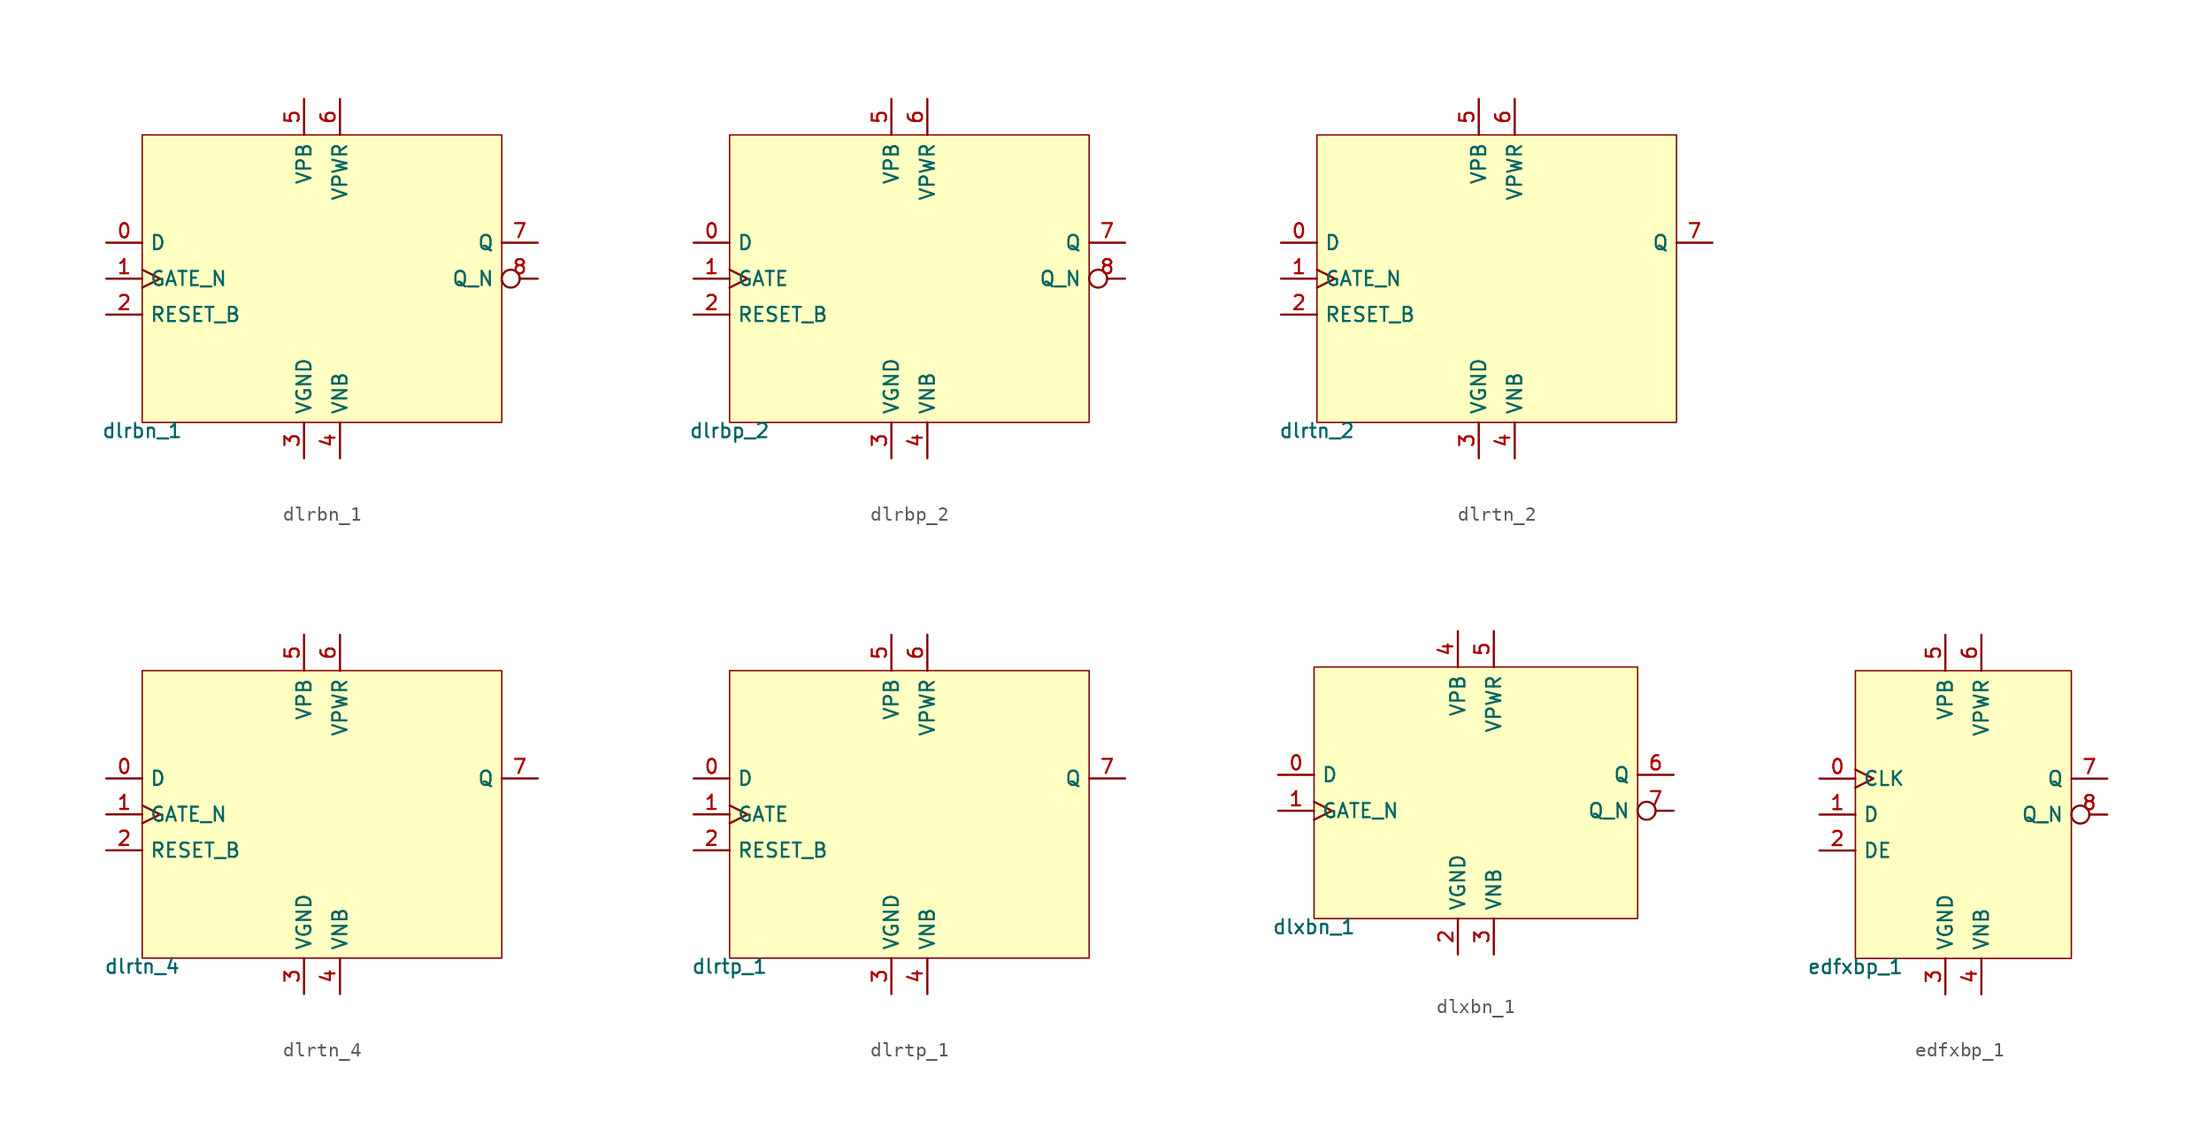
<source format=kicad_sym>
(kicad_symbol_lib
  (version 20211014)
  (generator pdk2kicad)
  (symbol "dlrbn_1"
    (property "Reference" "X"
      (at 0 0 0)
      (effects (font (size 1 1)) hide))
    (property "Value" "dlrbn_1"
      (at -12.7 -10.16 0)
      (effects (font (size 1 1)) (justify top)))
    (rectangle
      (start -12.7 -10.16)
      (end 12.7 10.16)
      (stroke (width 0.1) (type solid) (color 0 0 0 0))
      (fill (type background)))
    (pin input line
      (at -15.24 2.54 0)
      (length 2.54)
      (name "D" (effects (font (size 1 1)) hide))
      (number "0" (effects (font (size 1 1)) hide)))
    (pin input clock
      (at -15.24 0.0 0)
      (length 2.54)
      (name "GATE_N" (effects (font (size 1 1)) hide))
      (number "1" (effects (font (size 1 1)) hide)))
    (pin input line
      (at -15.24 -2.54 0)
      (length 2.54)
      (name "RESET_B" (effects (font (size 1 1)) hide))
      (number "2" (effects (font (size 1 1)) hide)))
    (pin power_in line
      (at -1.27 -12.7 90)
      (length 2.54)
      (name "VGND" (effects (font (size 1 1)) hide))
      (number "3" (effects (font (size 1 1)) hide)))
    (pin power_in line
      (at 1.27 -12.7 90)
      (length 2.54)
      (name "VNB" (effects (font (size 1 1)) hide))
      (number "4" (effects (font (size 1 1)) hide)))
    (pin power_in line
      (at -1.27 12.7 270)
      (length 2.54)
      (name "VPB" (effects (font (size 1 1)) hide))
      (number "5" (effects (font (size 1 1)) hide)))
    (pin power_in line
      (at 1.27 12.7 270)
      (length 2.54)
      (name "VPWR" (effects (font (size 1 1)) hide))
      (number "6" (effects (font (size 1 1)) hide)))
    (pin output line
      (at 15.24 2.54 180)
      (length 2.54)
      (name "Q" (effects (font (size 1 1)) hide))
      (number "7" (effects (font (size 1 1)) hide)))
    (pin output inverted
      (at 15.24 0.0 180)
      (length 2.54)
      (name "Q_N" (effects (font (size 1 1)) hide))
      (number "8" (effects (font (size 1 1)) hide))))
  (symbol "dlrbp_2"
    (property "Reference" "X"
      (at 0 0 0)
      (effects (font (size 1 1)) hide))
    (property "Value" "dlrbp_2"
      (at -12.7 -10.16 0)
      (effects (font (size 1 1)) (justify top)))
    (rectangle
      (start -12.7 -10.16)
      (end 12.7 10.16)
      (stroke (width 0.1) (type solid) (color 0 0 0 0))
      (fill (type background)))
    (pin input line
      (at -15.24 2.54 0)
      (length 2.54)
      (name "D" (effects (font (size 1 1)) hide))
      (number "0" (effects (font (size 1 1)) hide)))
    (pin input clock
      (at -15.24 0.0 0)
      (length 2.54)
      (name "GATE" (effects (font (size 1 1)) hide))
      (number "1" (effects (font (size 1 1)) hide)))
    (pin input line
      (at -15.24 -2.54 0)
      (length 2.54)
      (name "RESET_B" (effects (font (size 1 1)) hide))
      (number "2" (effects (font (size 1 1)) hide)))
    (pin power_in line
      (at -1.27 -12.7 90)
      (length 2.54)
      (name "VGND" (effects (font (size 1 1)) hide))
      (number "3" (effects (font (size 1 1)) hide)))
    (pin power_in line
      (at 1.27 -12.7 90)
      (length 2.54)
      (name "VNB" (effects (font (size 1 1)) hide))
      (number "4" (effects (font (size 1 1)) hide)))
    (pin power_in line
      (at -1.27 12.7 270)
      (length 2.54)
      (name "VPB" (effects (font (size 1 1)) hide))
      (number "5" (effects (font (size 1 1)) hide)))
    (pin power_in line
      (at 1.27 12.7 270)
      (length 2.54)
      (name "VPWR" (effects (font (size 1 1)) hide))
      (number "6" (effects (font (size 1 1)) hide)))
    (pin output line
      (at 15.24 2.54 180)
      (length 2.54)
      (name "Q" (effects (font (size 1 1)) hide))
      (number "7" (effects (font (size 1 1)) hide)))
    (pin output inverted
      (at 15.24 0.0 180)
      (length 2.54)
      (name "Q_N" (effects (font (size 1 1)) hide))
      (number "8" (effects (font (size 1 1)) hide))))
  (symbol "dlrtn_2"
    (property "Reference" "X"
      (at 0 0 0)
      (effects (font (size 1 1)) hide))
    (property "Value" "dlrtn_2"
      (at -12.7 -10.16 0)
      (effects (font (size 1 1)) (justify top)))
    (rectangle
      (start -12.7 -10.16)
      (end 12.7 10.16)
      (stroke (width 0.1) (type solid) (color 0 0 0 0))
      (fill (type background)))
    (pin input line
      (at -15.24 2.54 0)
      (length 2.54)
      (name "D" (effects (font (size 1 1)) hide))
      (number "0" (effects (font (size 1 1)) hide)))
    (pin input clock
      (at -15.24 0.0 0)
      (length 2.54)
      (name "GATE_N" (effects (font (size 1 1)) hide))
      (number "1" (effects (font (size 1 1)) hide)))
    (pin input line
      (at -15.24 -2.54 0)
      (length 2.54)
      (name "RESET_B" (effects (font (size 1 1)) hide))
      (number "2" (effects (font (size 1 1)) hide)))
    (pin power_in line
      (at -1.27 -12.7 90)
      (length 2.54)
      (name "VGND" (effects (font (size 1 1)) hide))
      (number "3" (effects (font (size 1 1)) hide)))
    (pin power_in line
      (at 1.27 -12.7 90)
      (length 2.54)
      (name "VNB" (effects (font (size 1 1)) hide))
      (number "4" (effects (font (size 1 1)) hide)))
    (pin power_in line
      (at -1.27 12.7 270)
      (length 2.54)
      (name "VPB" (effects (font (size 1 1)) hide))
      (number "5" (effects (font (size 1 1)) hide)))
    (pin power_in line
      (at 1.27 12.7 270)
      (length 2.54)
      (name "VPWR" (effects (font (size 1 1)) hide))
      (number "6" (effects (font (size 1 1)) hide)))
    (pin output line
      (at 15.24 2.54 180)
      (length 2.54)
      (name "Q" (effects (font (size 1 1)) hide))
      (number "7" (effects (font (size 1 1)) hide))))
  (symbol "dlrtn_4"
    (property "Reference" "X"
      (at 0 0 0)
      (effects (font (size 1 1)) hide))
    (property "Value" "dlrtn_4"
      (at -12.7 -10.16 0)
      (effects (font (size 1 1)) (justify top)))
    (rectangle
      (start -12.7 -10.16)
      (end 12.7 10.16)
      (stroke (width 0.1) (type solid) (color 0 0 0 0))
      (fill (type background)))
    (pin input line
      (at -15.24 2.54 0)
      (length 2.54)
      (name "D" (effects (font (size 1 1)) hide))
      (number "0" (effects (font (size 1 1)) hide)))
    (pin input clock
      (at -15.24 0.0 0)
      (length 2.54)
      (name "GATE_N" (effects (font (size 1 1)) hide))
      (number "1" (effects (font (size 1 1)) hide)))
    (pin input line
      (at -15.24 -2.54 0)
      (length 2.54)
      (name "RESET_B" (effects (font (size 1 1)) hide))
      (number "2" (effects (font (size 1 1)) hide)))
    (pin power_in line
      (at -1.27 -12.7 90)
      (length 2.54)
      (name "VGND" (effects (font (size 1 1)) hide))
      (number "3" (effects (font (size 1 1)) hide)))
    (pin power_in line
      (at 1.27 -12.7 90)
      (length 2.54)
      (name "VNB" (effects (font (size 1 1)) hide))
      (number "4" (effects (font (size 1 1)) hide)))
    (pin power_in line
      (at -1.27 12.7 270)
      (length 2.54)
      (name "VPB" (effects (font (size 1 1)) hide))
      (number "5" (effects (font (size 1 1)) hide)))
    (pin power_in line
      (at 1.27 12.7 270)
      (length 2.54)
      (name "VPWR" (effects (font (size 1 1)) hide))
      (number "6" (effects (font (size 1 1)) hide)))
    (pin output line
      (at 15.24 2.54 180)
      (length 2.54)
      (name "Q" (effects (font (size 1 1)) hide))
      (number "7" (effects (font (size 1 1)) hide))))
  (symbol "dlrtp_1"
    (property "Reference" "X"
      (at 0 0 0)
      (effects (font (size 1 1)) hide))
    (property "Value" "dlrtp_1"
      (at -12.7 -10.16 0)
      (effects (font (size 1 1)) (justify top)))
    (rectangle
      (start -12.7 -10.16)
      (end 12.7 10.16)
      (stroke (width 0.1) (type solid) (color 0 0 0 0))
      (fill (type background)))
    (pin input line
      (at -15.24 2.54 0)
      (length 2.54)
      (name "D" (effects (font (size 1 1)) hide))
      (number "0" (effects (font (size 1 1)) hide)))
    (pin input clock
      (at -15.24 0.0 0)
      (length 2.54)
      (name "GATE" (effects (font (size 1 1)) hide))
      (number "1" (effects (font (size 1 1)) hide)))
    (pin input line
      (at -15.24 -2.54 0)
      (length 2.54)
      (name "RESET_B" (effects (font (size 1 1)) hide))
      (number "2" (effects (font (size 1 1)) hide)))
    (pin power_in line
      (at -1.27 -12.7 90)
      (length 2.54)
      (name "VGND" (effects (font (size 1 1)) hide))
      (number "3" (effects (font (size 1 1)) hide)))
    (pin power_in line
      (at 1.27 -12.7 90)
      (length 2.54)
      (name "VNB" (effects (font (size 1 1)) hide))
      (number "4" (effects (font (size 1 1)) hide)))
    (pin power_in line
      (at -1.27 12.7 270)
      (length 2.54)
      (name "VPB" (effects (font (size 1 1)) hide))
      (number "5" (effects (font (size 1 1)) hide)))
    (pin power_in line
      (at 1.27 12.7 270)
      (length 2.54)
      (name "VPWR" (effects (font (size 1 1)) hide))
      (number "6" (effects (font (size 1 1)) hide)))
    (pin output line
      (at 15.24 2.54 180)
      (length 2.54)
      (name "Q" (effects (font (size 1 1)) hide))
      (number "7" (effects (font (size 1 1)) hide))))
  (symbol "dlxbn_1"
    (property "Reference" "X"
      (at 0 0 0)
      (effects (font (size 1 1)) hide))
    (property "Value" "dlxbn_1"
      (at -11.43 -8.89 0)
      (effects (font (size 1 1)) (justify top)))
    (rectangle
      (start -11.43 -8.89)
      (end 11.43 8.89)
      (stroke (width 0.1) (type solid) (color 0 0 0 0))
      (fill (type background)))
    (pin input line
      (at -13.97 1.27 0)
      (length 2.54)
      (name "D" (effects (font (size 1 1)) hide))
      (number "0" (effects (font (size 1 1)) hide)))
    (pin input clock
      (at -13.97 -1.27 0)
      (length 2.54)
      (name "GATE_N" (effects (font (size 1 1)) hide))
      (number "1" (effects (font (size 1 1)) hide)))
    (pin power_in line
      (at -1.27 -11.43 90)
      (length 2.54)
      (name "VGND" (effects (font (size 1 1)) hide))
      (number "2" (effects (font (size 1 1)) hide)))
    (pin power_in line
      (at 1.27 -11.43 90)
      (length 2.54)
      (name "VNB" (effects (font (size 1 1)) hide))
      (number "3" (effects (font (size 1 1)) hide)))
    (pin power_in line
      (at -1.27 11.43 270)
      (length 2.54)
      (name "VPB" (effects (font (size 1 1)) hide))
      (number "4" (effects (font (size 1 1)) hide)))
    (pin power_in line
      (at 1.27 11.43 270)
      (length 2.54)
      (name "VPWR" (effects (font (size 1 1)) hide))
      (number "5" (effects (font (size 1 1)) hide)))
    (pin output line
      (at 13.97 1.27 180)
      (length 2.54)
      (name "Q" (effects (font (size 1 1)) hide))
      (number "6" (effects (font (size 1 1)) hide)))
    (pin output inverted
      (at 13.97 -1.27 180)
      (length 2.54)
      (name "Q_N" (effects (font (size 1 1)) hide))
      (number "7" (effects (font (size 1 1)) hide))))
  (symbol "edfxbp_1"
    (property "Reference" "X"
      (at 0 0 0)
      (effects (font (size 1 1)) hide))
    (property "Value" "edfxbp_1"
      (at -7.62 -10.16 0)
      (effects (font (size 1 1)) (justify top)))
    (rectangle
      (start -7.62 -10.16)
      (end 7.62 10.16)
      (stroke (width 0.1) (type solid) (color 0 0 0 0))
      (fill (type background)))
    (pin input clock
      (at -10.16 2.54 0)
      (length 2.54)
      (name "CLK" (effects (font (size 1 1)) hide))
      (number "0" (effects (font (size 1 1)) hide)))
    (pin input line
      (at -10.16 0.0 0)
      (length 2.54)
      (name "D" (effects (font (size 1 1)) hide))
      (number "1" (effects (font (size 1 1)) hide)))
    (pin input line
      (at -10.16 -2.54 0)
      (length 2.54)
      (name "DE" (effects (font (size 1 1)) hide))
      (number "2" (effects (font (size 1 1)) hide)))
    (pin power_in line
      (at -1.27 -12.7 90)
      (length 2.54)
      (name "VGND" (effects (font (size 1 1)) hide))
      (number "3" (effects (font (size 1 1)) hide)))
    (pin power_in line
      (at 1.27 -12.7 90)
      (length 2.54)
      (name "VNB" (effects (font (size 1 1)) hide))
      (number "4" (effects (font (size 1 1)) hide)))
    (pin power_in line
      (at -1.27 12.7 270)
      (length 2.54)
      (name "VPB" (effects (font (size 1 1)) hide))
      (number "5" (effects (font (size 1 1)) hide)))
    (pin power_in line
      (at 1.27 12.7 270)
      (length 2.54)
      (name "VPWR" (effects (font (size 1 1)) hide))
      (number "6" (effects (font (size 1 1)) hide)))
    (pin output line
      (at 10.16 2.54 180)
      (length 2.54)
      (name "Q" (effects (font (size 1 1)) hide))
      (number "7" (effects (font (size 1 1)) hide)))
    (pin output inverted
      (at 10.16 0.0 180)
      (length 2.54)
      (name "Q_N" (effects (font (size 1 1)) hide))
      (number "8" (effects (font (size 1 1)) hide)))))
</source>
